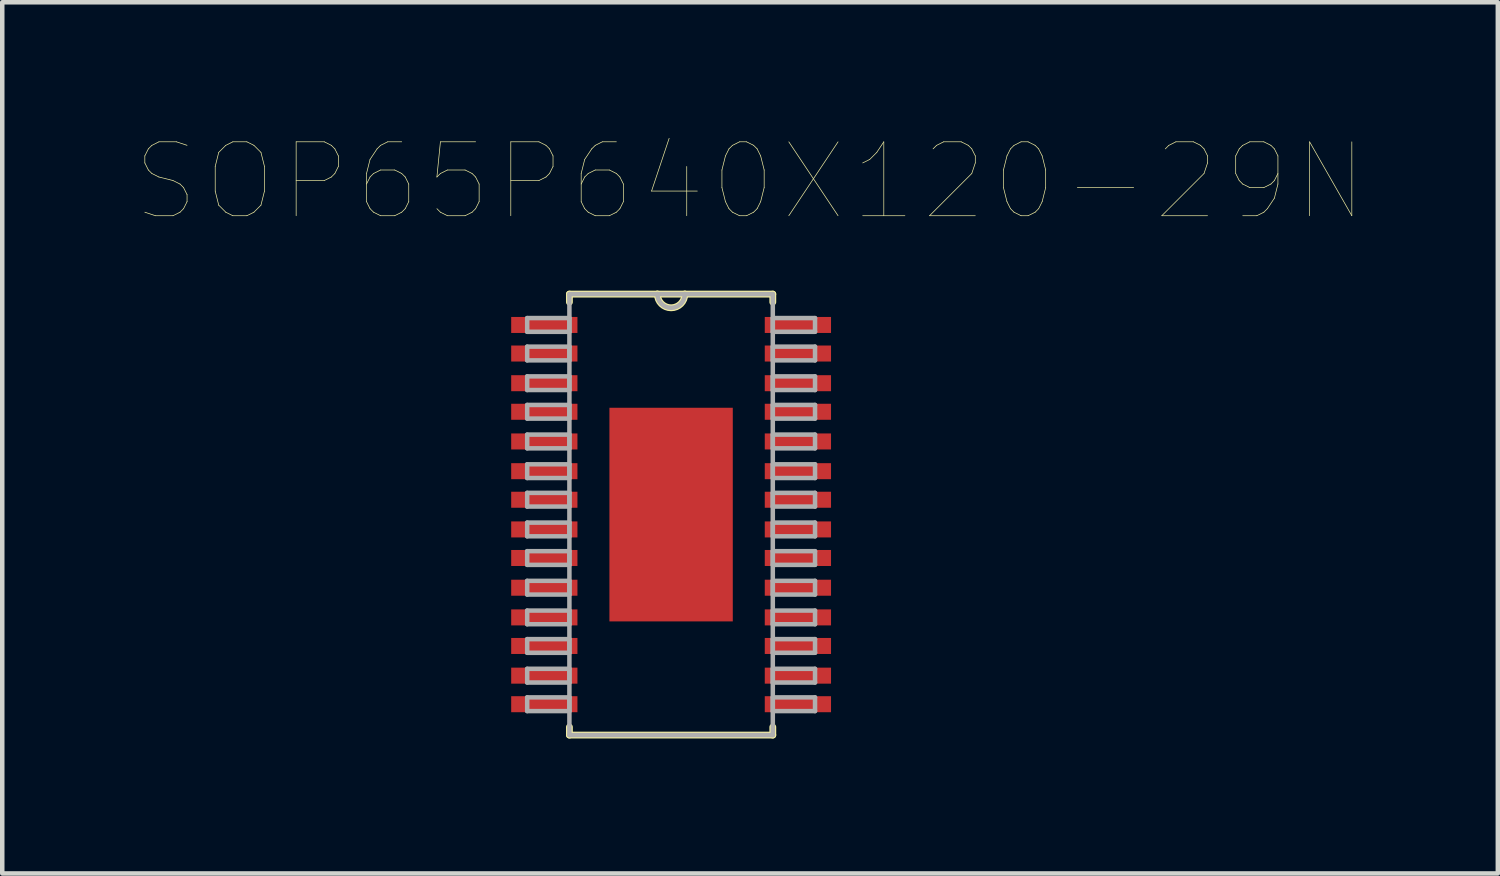
<source format=kicad_pcb>
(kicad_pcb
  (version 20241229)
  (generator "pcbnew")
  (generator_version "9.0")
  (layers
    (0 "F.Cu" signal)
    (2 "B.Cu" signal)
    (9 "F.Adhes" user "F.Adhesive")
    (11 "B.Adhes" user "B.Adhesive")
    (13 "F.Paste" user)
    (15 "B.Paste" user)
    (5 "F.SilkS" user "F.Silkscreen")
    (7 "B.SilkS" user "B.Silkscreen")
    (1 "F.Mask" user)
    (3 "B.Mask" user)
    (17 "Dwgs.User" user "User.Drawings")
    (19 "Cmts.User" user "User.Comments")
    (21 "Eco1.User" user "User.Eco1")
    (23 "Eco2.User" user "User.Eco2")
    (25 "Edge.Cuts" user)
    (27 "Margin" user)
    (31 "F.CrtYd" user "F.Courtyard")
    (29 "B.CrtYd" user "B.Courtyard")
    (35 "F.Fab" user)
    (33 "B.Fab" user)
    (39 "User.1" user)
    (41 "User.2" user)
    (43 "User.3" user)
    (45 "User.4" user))
  (footprint "SOP65P640X120-29N"
    (layer "F.Cu")
    (at 11.871 8.391)
    (property "Reference" "SOP65P640X120-29N" (at 1.756 -7.404 0) (layer "F.SilkS") (effects (font (size 1.643 1.643) (thickness 0.015))))
    (attr through_hole)
    (fp_line (start -2.261 -4.902) (end -2.261 -4.724) (stroke (width 0.152) (type solid)) (layer "F.SilkS"))
    (fp_line (start -2.261 4.724) (end -2.261 4.902) (stroke (width 0.152) (type solid)) (layer "F.SilkS"))
    (fp_line (start -2.261 4.902) (end 2.261 4.902) (stroke (width 0.152) (type solid)) (layer "F.SilkS"))
    (fp_line (start -0.305 -4.902) (end -2.261 -4.902) (stroke (width 0.152) (type solid)) (layer "F.SilkS"))
    (fp_line (start 0.305 -4.902) (end -0.305 -4.902) (stroke (width 0.152) (type solid)) (layer "F.SilkS"))
    (fp_line (start 2.261 -4.902) (end 0.305 -4.902) (stroke (width 0.152) (type solid)) (layer "F.SilkS"))
    (fp_line (start 2.261 -4.724) (end 2.261 -4.902) (stroke (width 0.152) (type solid)) (layer "F.SilkS"))
    (fp_line (start 2.261 4.902) (end 2.261 4.724) (stroke (width 0.152) (type solid)) (layer "F.SilkS"))
    (fp_arc (start 0.3048 -4.9022) (mid 0 -4.5974) (end -0.3048 -4.9022) (stroke (width 0.1524) (type solid)) (layer "F.SilkS"))
    (fp_line (start -3.2 -4.369) (end -3.2 -4.064) (stroke (width 0.1) (type solid)) (layer "F.Fab"))
    (fp_line (start -3.2 -4.064) (end -2.261 -4.064) (stroke (width 0.1) (type solid)) (layer "F.Fab"))
    (fp_line (start -3.2 -3.734) (end -3.2 -3.429) (stroke (width 0.1) (type solid)) (layer "F.Fab"))
    (fp_line (start -3.2 -3.429) (end -2.261 -3.429) (stroke (width 0.1) (type solid)) (layer "F.Fab"))
    (fp_line (start -3.2 -3.073) (end -3.2 -2.769) (stroke (width 0.1) (type solid)) (layer "F.Fab"))
    (fp_line (start -3.2 -2.769) (end -2.261 -2.769) (stroke (width 0.1) (type solid)) (layer "F.Fab"))
    (fp_line (start -3.2 -2.438) (end -3.2 -2.134) (stroke (width 0.1) (type solid)) (layer "F.Fab"))
    (fp_line (start -3.2 -2.134) (end -2.261 -2.134) (stroke (width 0.1) (type solid)) (layer "F.Fab"))
    (fp_line (start -3.2 -1.778) (end -3.2 -1.473) (stroke (width 0.1) (type solid)) (layer "F.Fab"))
    (fp_line (start -3.2 -1.473) (end -2.261 -1.473) (stroke (width 0.1) (type solid)) (layer "F.Fab"))
    (fp_line (start -3.2 -1.118) (end -3.2 -0.813) (stroke (width 0.1) (type solid)) (layer "F.Fab"))
    (fp_line (start -3.2 -0.813) (end -2.261 -0.813) (stroke (width 0.1) (type solid)) (layer "F.Fab"))
    (fp_line (start -3.2 -0.483) (end -3.2 -0.178) (stroke (width 0.1) (type solid)) (layer "F.Fab"))
    (fp_line (start -3.2 -0.178) (end -2.261 -0.178) (stroke (width 0.1) (type solid)) (layer "F.Fab"))
    (fp_line (start -3.2 0.178) (end -3.2 0.483) (stroke (width 0.1) (type solid)) (layer "F.Fab"))
    (fp_line (start -3.2 0.483) (end -2.261 0.483) (stroke (width 0.1) (type solid)) (layer "F.Fab"))
    (fp_line (start -3.2 0.813) (end -3.2 1.118) (stroke (width 0.1) (type solid)) (layer "F.Fab"))
    (fp_line (start -3.2 1.118) (end -2.261 1.118) (stroke (width 0.1) (type solid)) (layer "F.Fab"))
    (fp_line (start -3.2 1.473) (end -3.2 1.778) (stroke (width 0.1) (type solid)) (layer "F.Fab"))
    (fp_line (start -3.2 1.778) (end -2.261 1.778) (stroke (width 0.1) (type solid)) (layer "F.Fab"))
    (fp_line (start -3.2 2.134) (end -3.2 2.438) (stroke (width 0.1) (type solid)) (layer "F.Fab"))
    (fp_line (start -3.2 2.438) (end -2.261 2.438) (stroke (width 0.1) (type solid)) (layer "F.Fab"))
    (fp_line (start -3.2 2.769) (end -3.2 3.073) (stroke (width 0.1) (type solid)) (layer "F.Fab"))
    (fp_line (start -3.2 3.073) (end -2.261 3.073) (stroke (width 0.1) (type solid)) (layer "F.Fab"))
    (fp_line (start -3.2 3.429) (end -3.2 3.734) (stroke (width 0.1) (type solid)) (layer "F.Fab"))
    (fp_line (start -3.2 3.734) (end -2.261 3.734) (stroke (width 0.1) (type solid)) (layer "F.Fab"))
    (fp_line (start -3.2 4.064) (end -3.2 4.369) (stroke (width 0.1) (type solid)) (layer "F.Fab"))
    (fp_line (start -3.2 4.369) (end -2.261 4.369) (stroke (width 0.1) (type solid)) (layer "F.Fab"))
    (fp_line (start -2.261 -4.902) (end -2.261 4.902) (stroke (width 0.1) (type solid)) (layer "F.Fab"))
    (fp_line (start -2.261 -4.369) (end -3.2 -4.369) (stroke (width 0.1) (type solid)) (layer "F.Fab"))
    (fp_line (start -2.261 -4.064) (end -2.261 -4.369) (stroke (width 0.1) (type solid)) (layer "F.Fab"))
    (fp_line (start -2.261 -3.734) (end -3.2 -3.734) (stroke (width 0.1) (type solid)) (layer "F.Fab"))
    (fp_line (start -2.261 -3.429) (end -2.261 -3.734) (stroke (width 0.1) (type solid)) (layer "F.Fab"))
    (fp_line (start -2.261 -3.073) (end -3.2 -3.073) (stroke (width 0.1) (type solid)) (layer "F.Fab"))
    (fp_line (start -2.261 -2.769) (end -2.261 -3.073) (stroke (width 0.1) (type solid)) (layer "F.Fab"))
    (fp_line (start -2.261 -2.438) (end -3.2 -2.438) (stroke (width 0.1) (type solid)) (layer "F.Fab"))
    (fp_line (start -2.261 -2.134) (end -2.261 -2.438) (stroke (width 0.1) (type solid)) (layer "F.Fab"))
    (fp_line (start -2.261 -1.778) (end -3.2 -1.778) (stroke (width 0.1) (type solid)) (layer "F.Fab"))
    (fp_line (start -2.261 -1.473) (end -2.261 -1.778) (stroke (width 0.1) (type solid)) (layer "F.Fab"))
    (fp_line (start -2.261 -1.118) (end -3.2 -1.118) (stroke (width 0.1) (type solid)) (layer "F.Fab"))
    (fp_line (start -2.261 -0.813) (end -2.261 -1.118) (stroke (width 0.1) (type solid)) (layer "F.Fab"))
    (fp_line (start -2.261 -0.483) (end -3.2 -0.483) (stroke (width 0.1) (type solid)) (layer "F.Fab"))
    (fp_line (start -2.261 -0.178) (end -2.261 -0.483) (stroke (width 0.1) (type solid)) (layer "F.Fab"))
    (fp_line (start -2.261 0.178) (end -3.2 0.178) (stroke (width 0.1) (type solid)) (layer "F.Fab"))
    (fp_line (start -2.261 0.483) (end -2.261 0.178) (stroke (width 0.1) (type solid)) (layer "F.Fab"))
    (fp_line (start -2.261 0.813) (end -3.2 0.813) (stroke (width 0.1) (type solid)) (layer "F.Fab"))
    (fp_line (start -2.261 1.118) (end -2.261 0.813) (stroke (width 0.1) (type solid)) (layer "F.Fab"))
    (fp_line (start -2.261 1.473) (end -3.2 1.473) (stroke (width 0.1) (type solid)) (layer "F.Fab"))
    (fp_line (start -2.261 1.778) (end -2.261 1.473) (stroke (width 0.1) (type solid)) (layer "F.Fab"))
    (fp_line (start -2.261 2.134) (end -3.2 2.134) (stroke (width 0.1) (type solid)) (layer "F.Fab"))
    (fp_line (start -2.261 2.438) (end -2.261 2.134) (stroke (width 0.1) (type solid)) (layer "F.Fab"))
    (fp_line (start -2.261 2.769) (end -3.2 2.769) (stroke (width 0.1) (type solid)) (layer "F.Fab"))
    (fp_line (start -2.261 3.073) (end -2.261 2.769) (stroke (width 0.1) (type solid)) (layer "F.Fab"))
    (fp_line (start -2.261 3.429) (end -3.2 3.429) (stroke (width 0.1) (type solid)) (layer "F.Fab"))
    (fp_line (start -2.261 3.734) (end -2.261 3.429) (stroke (width 0.1) (type solid)) (layer "F.Fab"))
    (fp_line (start -2.261 4.064) (end -3.2 4.064) (stroke (width 0.1) (type solid)) (layer "F.Fab"))
    (fp_line (start -2.261 4.369) (end -2.261 4.064) (stroke (width 0.1) (type solid)) (layer "F.Fab"))
    (fp_line (start -2.261 4.902) (end 2.261 4.902) (stroke (width 0.1) (type solid)) (layer "F.Fab"))
    (fp_line (start -0.305 -4.902) (end -2.261 -4.902) (stroke (width 0.1) (type solid)) (layer "F.Fab"))
    (fp_line (start 0.305 -4.902) (end -0.305 -4.902) (stroke (width 0.1) (type solid)) (layer "F.Fab"))
    (fp_line (start 2.261 -4.902) (end 0.305 -4.902) (stroke (width 0.1) (type solid)) (layer "F.Fab"))
    (fp_line (start 2.261 -4.369) (end 2.261 -4.064) (stroke (width 0.1) (type solid)) (layer "F.Fab"))
    (fp_line (start 2.261 -4.064) (end 3.2 -4.064) (stroke (width 0.1) (type solid)) (layer "F.Fab"))
    (fp_line (start 2.261 -3.734) (end 2.261 -3.429) (stroke (width 0.1) (type solid)) (layer "F.Fab"))
    (fp_line (start 2.261 -3.429) (end 3.2 -3.429) (stroke (width 0.1) (type solid)) (layer "F.Fab"))
    (fp_line (start 2.261 -3.073) (end 2.261 -2.769) (stroke (width 0.1) (type solid)) (layer "F.Fab"))
    (fp_line (start 2.261 -2.769) (end 3.2 -2.769) (stroke (width 0.1) (type solid)) (layer "F.Fab"))
    (fp_line (start 2.261 -2.438) (end 2.261 -2.134) (stroke (width 0.1) (type solid)) (layer "F.Fab"))
    (fp_line (start 2.261 -2.134) (end 3.2 -2.134) (stroke (width 0.1) (type solid)) (layer "F.Fab"))
    (fp_line (start 2.261 -1.778) (end 2.261 -1.473) (stroke (width 0.1) (type solid)) (layer "F.Fab"))
    (fp_line (start 2.261 -1.473) (end 3.2 -1.473) (stroke (width 0.1) (type solid)) (layer "F.Fab"))
    (fp_line (start 2.261 -1.118) (end 2.261 -0.813) (stroke (width 0.1) (type solid)) (layer "F.Fab"))
    (fp_line (start 2.261 -0.813) (end 3.2 -0.813) (stroke (width 0.1) (type solid)) (layer "F.Fab"))
    (fp_line (start 2.261 -0.483) (end 2.261 -0.178) (stroke (width 0.1) (type solid)) (layer "F.Fab"))
    (fp_line (start 2.261 -0.178) (end 3.2 -0.178) (stroke (width 0.1) (type solid)) (layer "F.Fab"))
    (fp_line (start 2.261 0.178) (end 2.261 0.483) (stroke (width 0.1) (type solid)) (layer "F.Fab"))
    (fp_line (start 2.261 0.483) (end 3.2 0.483) (stroke (width 0.1) (type solid)) (layer "F.Fab"))
    (fp_line (start 2.261 0.813) (end 2.261 1.118) (stroke (width 0.1) (type solid)) (layer "F.Fab"))
    (fp_line (start 2.261 1.118) (end 3.2 1.118) (stroke (width 0.1) (type solid)) (layer "F.Fab"))
    (fp_line (start 2.261 1.473) (end 2.261 1.778) (stroke (width 0.1) (type solid)) (layer "F.Fab"))
    (fp_line (start 2.261 1.778) (end 3.2 1.778) (stroke (width 0.1) (type solid)) (layer "F.Fab"))
    (fp_line (start 2.261 2.134) (end 2.261 2.438) (stroke (width 0.1) (type solid)) (layer "F.Fab"))
    (fp_line (start 2.261 2.438) (end 3.2 2.438) (stroke (width 0.1) (type solid)) (layer "F.Fab"))
    (fp_line (start 2.261 2.769) (end 2.261 3.073) (stroke (width 0.1) (type solid)) (layer "F.Fab"))
    (fp_line (start 2.261 3.073) (end 3.2 3.073) (stroke (width 0.1) (type solid)) (layer "F.Fab"))
    (fp_line (start 2.261 3.429) (end 2.261 3.734) (stroke (width 0.1) (type solid)) (layer "F.Fab"))
    (fp_line (start 2.261 3.734) (end 3.2 3.734) (stroke (width 0.1) (type solid)) (layer "F.Fab"))
    (fp_line (start 2.261 4.064) (end 2.261 4.369) (stroke (width 0.1) (type solid)) (layer "F.Fab"))
    (fp_line (start 2.261 4.369) (end 3.2 4.369) (stroke (width 0.1) (type solid)) (layer "F.Fab"))
    (fp_line (start 2.261 4.902) (end 2.261 -4.902) (stroke (width 0.1) (type solid)) (layer "F.Fab"))
    (fp_line (start 3.2 -4.369) (end 2.261 -4.369) (stroke (width 0.1) (type solid)) (layer "F.Fab"))
    (fp_line (start 3.2 -4.064) (end 3.2 -4.369) (stroke (width 0.1) (type solid)) (layer "F.Fab"))
    (fp_line (start 3.2 -3.734) (end 2.261 -3.734) (stroke (width 0.1) (type solid)) (layer "F.Fab"))
    (fp_line (start 3.2 -3.429) (end 3.2 -3.734) (stroke (width 0.1) (type solid)) (layer "F.Fab"))
    (fp_line (start 3.2 -3.073) (end 2.261 -3.073) (stroke (width 0.1) (type solid)) (layer "F.Fab"))
    (fp_line (start 3.2 -2.769) (end 3.2 -3.073) (stroke (width 0.1) (type solid)) (layer "F.Fab"))
    (fp_line (start 3.2 -2.438) (end 2.261 -2.438) (stroke (width 0.1) (type solid)) (layer "F.Fab"))
    (fp_line (start 3.2 -2.134) (end 3.2 -2.438) (stroke (width 0.1) (type solid)) (layer "F.Fab"))
    (fp_line (start 3.2 -1.778) (end 2.261 -1.778) (stroke (width 0.1) (type solid)) (layer "F.Fab"))
    (fp_line (start 3.2 -1.473) (end 3.2 -1.778) (stroke (width 0.1) (type solid)) (layer "F.Fab"))
    (fp_line (start 3.2 -1.118) (end 2.261 -1.118) (stroke (width 0.1) (type solid)) (layer "F.Fab"))
    (fp_line (start 3.2 -0.813) (end 3.2 -1.118) (stroke (width 0.1) (type solid)) (layer "F.Fab"))
    (fp_line (start 3.2 -0.483) (end 2.261 -0.483) (stroke (width 0.1) (type solid)) (layer "F.Fab"))
    (fp_line (start 3.2 -0.178) (end 3.2 -0.483) (stroke (width 0.1) (type solid)) (layer "F.Fab"))
    (fp_line (start 3.2 0.178) (end 2.261 0.178) (stroke (width 0.1) (type solid)) (layer "F.Fab"))
    (fp_line (start 3.2 0.483) (end 3.2 0.178) (stroke (width 0.1) (type solid)) (layer "F.Fab"))
    (fp_line (start 3.2 0.813) (end 2.261 0.813) (stroke (width 0.1) (type solid)) (layer "F.Fab"))
    (fp_line (start 3.2 1.118) (end 3.2 0.813) (stroke (width 0.1) (type solid)) (layer "F.Fab"))
    (fp_line (start 3.2 1.473) (end 2.261 1.473) (stroke (width 0.1) (type solid)) (layer "F.Fab"))
    (fp_line (start 3.2 1.778) (end 3.2 1.473) (stroke (width 0.1) (type solid)) (layer "F.Fab"))
    (fp_line (start 3.2 2.134) (end 2.261 2.134) (stroke (width 0.1) (type solid)) (layer "F.Fab"))
    (fp_line (start 3.2 2.438) (end 3.2 2.134) (stroke (width 0.1) (type solid)) (layer "F.Fab"))
    (fp_line (start 3.2 2.769) (end 2.261 2.769) (stroke (width 0.1) (type solid)) (layer "F.Fab"))
    (fp_line (start 3.2 3.073) (end 3.2 2.769) (stroke (width 0.1) (type solid)) (layer "F.Fab"))
    (fp_line (start 3.2 3.429) (end 2.261 3.429) (stroke (width 0.1) (type solid)) (layer "F.Fab"))
    (fp_line (start 3.2 3.734) (end 3.2 3.429) (stroke (width 0.1) (type solid)) (layer "F.Fab"))
    (fp_line (start 3.2 4.064) (end 2.261 4.064) (stroke (width 0.1) (type solid)) (layer "F.Fab"))
    (fp_line (start 3.2 4.369) (end 3.2 4.064) (stroke (width 0.1) (type solid)) (layer "F.Fab"))
    (fp_arc (start 0.3048 -4.9022) (mid 0 -4.5974) (end -0.3048 -4.9022) (stroke (width 0.1) (type solid)) (layer "F.Fab"))
    (pad "1" smd rect (at -2.819 -4.216) (size 1.473 0.356) (layers "F.Cu" "F.Mask" "F.Paste"))
    (pad "2" smd rect (at -2.819 -3.581) (size 1.473 0.356) (layers "F.Cu" "F.Mask" "F.Paste"))
    (pad "3" smd rect (at -2.819 -2.921) (size 1.473 0.356) (layers "F.Cu" "F.Mask" "F.Paste"))
    (pad "4" smd rect (at -2.819 -2.286) (size 1.473 0.356) (layers "F.Cu" "F.Mask" "F.Paste"))
    (pad "5" smd rect (at -2.819 -1.626) (size 1.473 0.356) (layers "F.Cu" "F.Mask" "F.Paste"))
    (pad "6" smd rect (at -2.819 -0.965) (size 1.473 0.356) (layers "F.Cu" "F.Mask" "F.Paste"))
    (pad "7" smd rect (at -2.819 -0.33) (size 1.473 0.356) (layers "F.Cu" "F.Mask" "F.Paste"))
    (pad "8" smd rect (at -2.819 0.33) (size 1.473 0.356) (layers "F.Cu" "F.Mask" "F.Paste"))
    (pad "9" smd rect (at -2.819 0.965) (size 1.473 0.356) (layers "F.Cu" "F.Mask" "F.Paste"))
    (pad "10" smd rect (at -2.819 1.626) (size 1.473 0.356) (layers "F.Cu" "F.Mask" "F.Paste"))
    (pad "11" smd rect (at -2.819 2.286) (size 1.473 0.356) (layers "F.Cu" "F.Mask" "F.Paste"))
    (pad "12" smd rect (at -2.819 2.921) (size 1.473 0.356) (layers "F.Cu" "F.Mask" "F.Paste"))
    (pad "13" smd rect (at -2.819 3.581) (size 1.473 0.356) (layers "F.Cu" "F.Mask" "F.Paste"))
    (pad "14" smd rect (at -2.819 4.216) (size 1.473 0.356) (layers "F.Cu" "F.Mask" "F.Paste"))
    (pad "15" smd rect (at 2.819 4.216) (size 1.473 0.356) (layers "F.Cu" "F.Mask" "F.Paste"))
    (pad "16" smd rect (at 2.819 3.581) (size 1.473 0.356) (layers "F.Cu" "F.Mask" "F.Paste"))
    (pad "17" smd rect (at 2.819 2.921) (size 1.473 0.356) (layers "F.Cu" "F.Mask" "F.Paste"))
    (pad "18" smd rect (at 2.819 2.286) (size 1.473 0.356) (layers "F.Cu" "F.Mask" "F.Paste"))
    (pad "19" smd rect (at 2.819 1.626) (size 1.473 0.356) (layers "F.Cu" "F.Mask" "F.Paste"))
    (pad "20" smd rect (at 2.819 0.965) (size 1.473 0.356) (layers "F.Cu" "F.Mask" "F.Paste"))
    (pad "21" smd rect (at 2.819 0.33) (size 1.473 0.356) (layers "F.Cu" "F.Mask" "F.Paste"))
    (pad "22" smd rect (at 2.819 -0.33) (size 1.473 0.356) (layers "F.Cu" "F.Mask" "F.Paste"))
    (pad "23" smd rect (at 2.819 -0.965) (size 1.473 0.356) (layers "F.Cu" "F.Mask" "F.Paste"))
    (pad "24" smd rect (at 2.819 -1.626) (size 1.473 0.356) (layers "F.Cu" "F.Mask" "F.Paste"))
    (pad "25" smd rect (at 2.819 -2.286) (size 1.473 0.356) (layers "F.Cu" "F.Mask" "F.Paste"))
    (pad "26" smd rect (at 2.819 -2.921) (size 1.473 0.356) (layers "F.Cu" "F.Mask" "F.Paste"))
    (pad "27" smd rect (at 2.819 -3.581) (size 1.473 0.356) (layers "F.Cu" "F.Mask" "F.Paste"))
    (pad "28" smd rect (at 2.819 -4.216) (size 1.473 0.356) (layers "F.Cu" "F.Mask" "F.Paste"))
    (pad "29" smd rect (at 0 0) (size 2.743 4.75) (layers "F.Cu" "F.Mask" "F.Paste")))
  (gr_rect
    (start -3 -3)
    (end 30.252 16.37)
    (stroke (width 0.1) (type default))
    (fill no)
    (layer "Edge.Cuts")))
</source>
